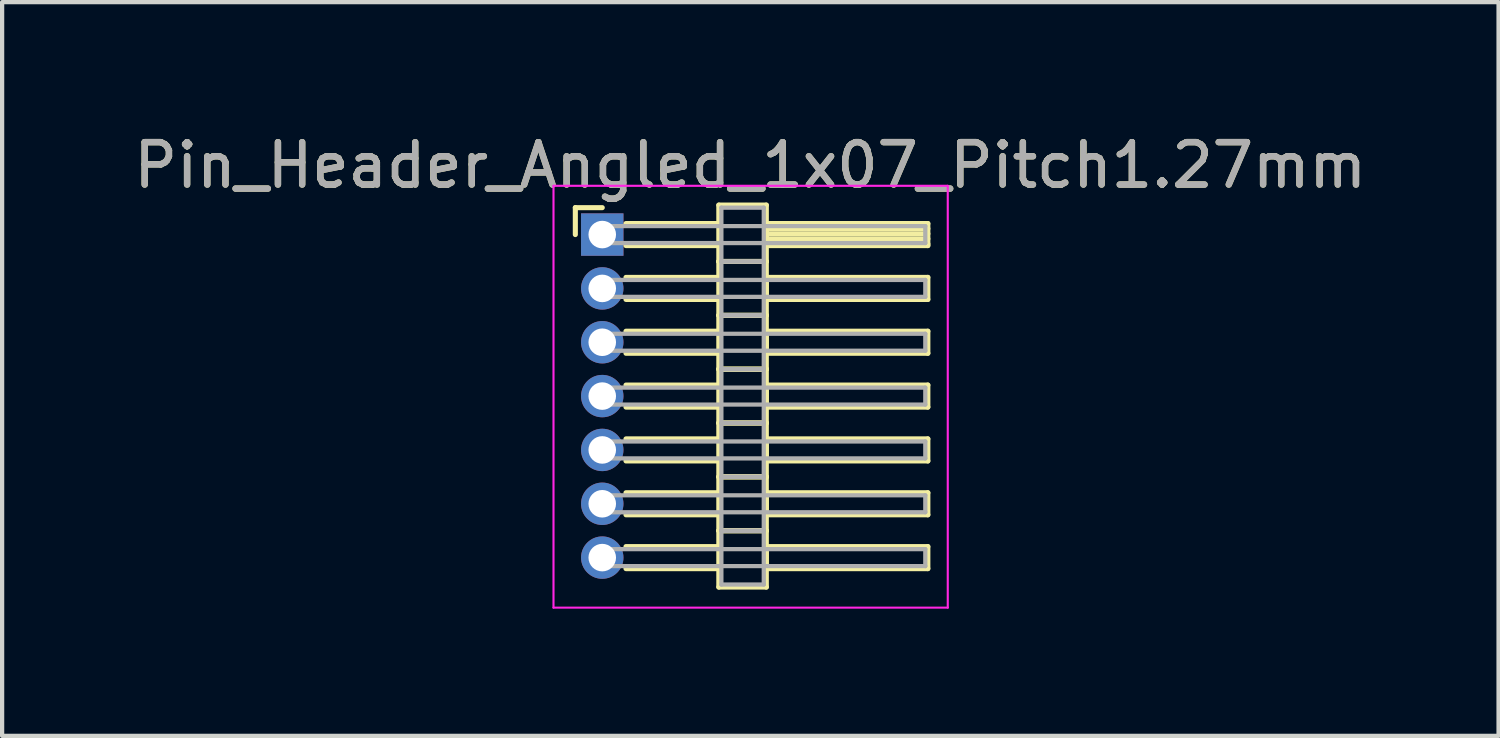
<source format=kicad_pcb>
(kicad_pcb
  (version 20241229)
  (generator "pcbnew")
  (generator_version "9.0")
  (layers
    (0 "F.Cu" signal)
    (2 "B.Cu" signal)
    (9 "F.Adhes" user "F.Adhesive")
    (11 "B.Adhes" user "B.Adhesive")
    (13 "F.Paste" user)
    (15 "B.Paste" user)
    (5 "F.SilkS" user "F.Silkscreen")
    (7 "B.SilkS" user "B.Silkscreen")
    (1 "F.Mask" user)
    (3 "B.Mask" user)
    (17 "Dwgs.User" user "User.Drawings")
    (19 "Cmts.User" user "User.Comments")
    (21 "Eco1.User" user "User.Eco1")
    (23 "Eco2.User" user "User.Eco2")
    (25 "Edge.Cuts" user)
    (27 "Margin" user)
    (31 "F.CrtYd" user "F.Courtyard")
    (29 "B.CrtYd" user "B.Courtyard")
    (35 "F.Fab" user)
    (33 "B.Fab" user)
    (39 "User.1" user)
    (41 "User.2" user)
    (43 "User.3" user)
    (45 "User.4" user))
  (footprint "Pin_Header_Angled_1x07_Pitch1.27mm"
    (layer "F.Cu")
    (at 11.156 2.483)
    (property "Reference" "Pin_Header_Angled_1x07_Pitch1.27mm" (at 3.493 -1.635 0) (layer "F.SilkS") (effects (font (size 1 1) (thickness 0.15))))
    (attr through_hole)
    (fp_line (start -0.635 -0.635) (end 0 -0.635) (stroke (width 0.12) (type solid)) (layer "F.SilkS"))
    (fp_line (start -0.635 0) (end -0.635 -0.635) (stroke (width 0.12) (type solid)) (layer "F.SilkS"))
    (fp_line (start 0.56 -0.26) (end 2.75 -0.26) (stroke (width 0.12) (type solid)) (layer "F.SilkS"))
    (fp_line (start 0.56 0.26) (end 2.75 0.26) (stroke (width 0.12) (type solid)) (layer "F.SilkS"))
    (fp_line (start 0.56 1.01) (end 2.75 1.01) (stroke (width 0.12) (type solid)) (layer "F.SilkS"))
    (fp_line (start 0.56 1.53) (end 2.75 1.53) (stroke (width 0.12) (type solid)) (layer "F.SilkS"))
    (fp_line (start 0.56 2.28) (end 2.75 2.28) (stroke (width 0.12) (type solid)) (layer "F.SilkS"))
    (fp_line (start 0.56 2.8) (end 2.75 2.8) (stroke (width 0.12) (type solid)) (layer "F.SilkS"))
    (fp_line (start 0.56 3.55) (end 2.75 3.55) (stroke (width 0.12) (type solid)) (layer "F.SilkS"))
    (fp_line (start 0.56 4.07) (end 2.75 4.07) (stroke (width 0.12) (type solid)) (layer "F.SilkS"))
    (fp_line (start 0.56 4.82) (end 2.75 4.82) (stroke (width 0.12) (type solid)) (layer "F.SilkS"))
    (fp_line (start 0.56 5.34) (end 2.75 5.34) (stroke (width 0.12) (type solid)) (layer "F.SilkS"))
    (fp_line (start 0.56 6.09) (end 2.75 6.09) (stroke (width 0.12) (type solid)) (layer "F.SilkS"))
    (fp_line (start 0.56 6.61) (end 2.75 6.61) (stroke (width 0.12) (type solid)) (layer "F.SilkS"))
    (fp_line (start 0.56 7.36) (end 2.75 7.36) (stroke (width 0.12) (type solid)) (layer "F.SilkS"))
    (fp_line (start 0.56 7.88) (end 2.75 7.88) (stroke (width 0.12) (type solid)) (layer "F.SilkS"))
    (fp_line (start 2.75 -0.695) (end 2.75 0.635) (stroke (width 0.12) (type solid)) (layer "F.SilkS"))
    (fp_line (start 2.75 0.635) (end 2.75 1.905) (stroke (width 0.12) (type solid)) (layer "F.SilkS"))
    (fp_line (start 2.75 0.635) (end 3.87 0.635) (stroke (width 0.12) (type solid)) (layer "F.SilkS"))
    (fp_line (start 2.75 1.905) (end 2.75 3.175) (stroke (width 0.12) (type solid)) (layer "F.SilkS"))
    (fp_line (start 2.75 1.905) (end 3.87 1.905) (stroke (width 0.12) (type solid)) (layer "F.SilkS"))
    (fp_line (start 2.75 3.175) (end 2.75 4.445) (stroke (width 0.12) (type solid)) (layer "F.SilkS"))
    (fp_line (start 2.75 3.175) (end 3.87 3.175) (stroke (width 0.12) (type solid)) (layer "F.SilkS"))
    (fp_line (start 2.75 4.445) (end 2.75 5.715) (stroke (width 0.12) (type solid)) (layer "F.SilkS"))
    (fp_line (start 2.75 4.445) (end 3.87 4.445) (stroke (width 0.12) (type solid)) (layer "F.SilkS"))
    (fp_line (start 2.75 5.715) (end 2.75 6.985) (stroke (width 0.12) (type solid)) (layer "F.SilkS"))
    (fp_line (start 2.75 5.715) (end 3.87 5.715) (stroke (width 0.12) (type solid)) (layer "F.SilkS"))
    (fp_line (start 2.75 6.985) (end 2.75 8.315) (stroke (width 0.12) (type solid)) (layer "F.SilkS"))
    (fp_line (start 2.75 6.985) (end 3.87 6.985) (stroke (width 0.12) (type solid)) (layer "F.SilkS"))
    (fp_line (start 2.75 8.315) (end 3.87 8.315) (stroke (width 0.12) (type solid)) (layer "F.SilkS"))
    (fp_line (start 3.87 -0.695) (end 2.75 -0.695) (stroke (width 0.12) (type solid)) (layer "F.SilkS"))
    (fp_line (start 3.87 -0.26) (end 3.87 0.26) (stroke (width 0.12) (type solid)) (layer "F.SilkS"))
    (fp_line (start 3.87 -0.14) (end 7.68 -0.14) (stroke (width 0.12) (type solid)) (layer "F.SilkS"))
    (fp_line (start 3.87 -0.02) (end 7.68 -0.02) (stroke (width 0.12) (type solid)) (layer "F.SilkS"))
    (fp_line (start 3.87 0.1) (end 7.68 0.1) (stroke (width 0.12) (type solid)) (layer "F.SilkS"))
    (fp_line (start 3.87 0.22) (end 7.68 0.22) (stroke (width 0.12) (type solid)) (layer "F.SilkS"))
    (fp_line (start 3.87 0.26) (end 7.68 0.26) (stroke (width 0.12) (type solid)) (layer "F.SilkS"))
    (fp_line (start 3.87 0.635) (end 2.75 0.635) (stroke (width 0.12) (type solid)) (layer "F.SilkS"))
    (fp_line (start 3.87 0.635) (end 3.87 -0.695) (stroke (width 0.12) (type solid)) (layer "F.SilkS"))
    (fp_line (start 3.87 1.01) (end 3.87 1.53) (stroke (width 0.12) (type solid)) (layer "F.SilkS"))
    (fp_line (start 3.87 1.53) (end 7.68 1.53) (stroke (width 0.12) (type solid)) (layer "F.SilkS"))
    (fp_line (start 3.87 1.905) (end 2.75 1.905) (stroke (width 0.12) (type solid)) (layer "F.SilkS"))
    (fp_line (start 3.87 1.905) (end 3.87 0.635) (stroke (width 0.12) (type solid)) (layer "F.SilkS"))
    (fp_line (start 3.87 2.28) (end 3.87 2.8) (stroke (width 0.12) (type solid)) (layer "F.SilkS"))
    (fp_line (start 3.87 2.8) (end 7.68 2.8) (stroke (width 0.12) (type solid)) (layer "F.SilkS"))
    (fp_line (start 3.87 3.175) (end 2.75 3.175) (stroke (width 0.12) (type solid)) (layer "F.SilkS"))
    (fp_line (start 3.87 3.175) (end 3.87 1.905) (stroke (width 0.12) (type solid)) (layer "F.SilkS"))
    (fp_line (start 3.87 3.55) (end 3.87 4.07) (stroke (width 0.12) (type solid)) (layer "F.SilkS"))
    (fp_line (start 3.87 4.07) (end 7.68 4.07) (stroke (width 0.12) (type solid)) (layer "F.SilkS"))
    (fp_line (start 3.87 4.445) (end 2.75 4.445) (stroke (width 0.12) (type solid)) (layer "F.SilkS"))
    (fp_line (start 3.87 4.445) (end 3.87 3.175) (stroke (width 0.12) (type solid)) (layer "F.SilkS"))
    (fp_line (start 3.87 4.82) (end 3.87 5.34) (stroke (width 0.12) (type solid)) (layer "F.SilkS"))
    (fp_line (start 3.87 5.34) (end 7.68 5.34) (stroke (width 0.12) (type solid)) (layer "F.SilkS"))
    (fp_line (start 3.87 5.715) (end 2.75 5.715) (stroke (width 0.12) (type solid)) (layer "F.SilkS"))
    (fp_line (start 3.87 5.715) (end 3.87 4.445) (stroke (width 0.12) (type solid)) (layer "F.SilkS"))
    (fp_line (start 3.87 6.09) (end 3.87 6.61) (stroke (width 0.12) (type solid)) (layer "F.SilkS"))
    (fp_line (start 3.87 6.61) (end 7.68 6.61) (stroke (width 0.12) (type solid)) (layer "F.SilkS"))
    (fp_line (start 3.87 6.985) (end 2.75 6.985) (stroke (width 0.12) (type solid)) (layer "F.SilkS"))
    (fp_line (start 3.87 6.985) (end 3.87 5.715) (stroke (width 0.12) (type solid)) (layer "F.SilkS"))
    (fp_line (start 3.87 7.36) (end 3.87 7.88) (stroke (width 0.12) (type solid)) (layer "F.SilkS"))
    (fp_line (start 3.87 7.88) (end 7.68 7.88) (stroke (width 0.12) (type solid)) (layer "F.SilkS"))
    (fp_line (start 3.87 8.315) (end 3.87 6.985) (stroke (width 0.12) (type solid)) (layer "F.SilkS"))
    (fp_line (start 7.68 -0.26) (end 3.87 -0.26) (stroke (width 0.12) (type solid)) (layer "F.SilkS"))
    (fp_line (start 7.68 0.26) (end 7.68 -0.26) (stroke (width 0.12) (type solid)) (layer "F.SilkS"))
    (fp_line (start 7.68 1.01) (end 3.87 1.01) (stroke (width 0.12) (type solid)) (layer "F.SilkS"))
    (fp_line (start 7.68 1.53) (end 7.68 1.01) (stroke (width 0.12) (type solid)) (layer "F.SilkS"))
    (fp_line (start 7.68 2.28) (end 3.87 2.28) (stroke (width 0.12) (type solid)) (layer "F.SilkS"))
    (fp_line (start 7.68 2.8) (end 7.68 2.28) (stroke (width 0.12) (type solid)) (layer "F.SilkS"))
    (fp_line (start 7.68 3.55) (end 3.87 3.55) (stroke (width 0.12) (type solid)) (layer "F.SilkS"))
    (fp_line (start 7.68 4.07) (end 7.68 3.55) (stroke (width 0.12) (type solid)) (layer "F.SilkS"))
    (fp_line (start 7.68 4.82) (end 3.87 4.82) (stroke (width 0.12) (type solid)) (layer "F.SilkS"))
    (fp_line (start 7.68 5.34) (end 7.68 4.82) (stroke (width 0.12) (type solid)) (layer "F.SilkS"))
    (fp_line (start 7.68 6.09) (end 3.87 6.09) (stroke (width 0.12) (type solid)) (layer "F.SilkS"))
    (fp_line (start 7.68 6.61) (end 7.68 6.09) (stroke (width 0.12) (type solid)) (layer "F.SilkS"))
    (fp_line (start 7.68 7.36) (end 3.87 7.36) (stroke (width 0.12) (type solid)) (layer "F.SilkS"))
    (fp_line (start 7.68 7.88) (end 7.68 7.36) (stroke (width 0.12) (type solid)) (layer "F.SilkS"))
    (fp_line (start -1.15 -1.15) (end -1.15 8.8) (stroke (width 0.05) (type solid)) (layer "F.CrtYd"))
    (fp_line (start -1.15 8.8) (end 8.15 8.8) (stroke (width 0.05) (type solid)) (layer "F.CrtYd"))
    (fp_line (start 8.15 -1.15) (end -1.15 -1.15) (stroke (width 0.05) (type solid)) (layer "F.CrtYd"))
    (fp_line (start 8.15 8.8) (end 8.15 -1.15) (stroke (width 0.05) (type solid)) (layer "F.CrtYd"))
    (fp_line (start 0 -0.2) (end 0 0.2) (stroke (width 0.1) (type solid)) (layer "F.Fab"))
    (fp_line (start 0 0.2) (end 7.62 0.2) (stroke (width 0.1) (type solid)) (layer "F.Fab"))
    (fp_line (start 0 1.07) (end 0 1.47) (stroke (width 0.1) (type solid)) (layer "F.Fab"))
    (fp_line (start 0 1.47) (end 7.62 1.47) (stroke (width 0.1) (type solid)) (layer "F.Fab"))
    (fp_line (start 0 2.34) (end 0 2.74) (stroke (width 0.1) (type solid)) (layer "F.Fab"))
    (fp_line (start 0 2.74) (end 7.62 2.74) (stroke (width 0.1) (type solid)) (layer "F.Fab"))
    (fp_line (start 0 3.61) (end 0 4.01) (stroke (width 0.1) (type solid)) (layer "F.Fab"))
    (fp_line (start 0 4.01) (end 7.62 4.01) (stroke (width 0.1) (type solid)) (layer "F.Fab"))
    (fp_line (start 0 4.88) (end 0 5.28) (stroke (width 0.1) (type solid)) (layer "F.Fab"))
    (fp_line (start 0 5.28) (end 7.62 5.28) (stroke (width 0.1) (type solid)) (layer "F.Fab"))
    (fp_line (start 0 6.15) (end 0 6.55) (stroke (width 0.1) (type solid)) (layer "F.Fab"))
    (fp_line (start 0 6.55) (end 7.62 6.55) (stroke (width 0.1) (type solid)) (layer "F.Fab"))
    (fp_line (start 0 7.42) (end 0 7.82) (stroke (width 0.1) (type solid)) (layer "F.Fab"))
    (fp_line (start 0 7.82) (end 7.62 7.82) (stroke (width 0.1) (type solid)) (layer "F.Fab"))
    (fp_line (start 2.81 -0.635) (end 2.81 0.635) (stroke (width 0.1) (type solid)) (layer "F.Fab"))
    (fp_line (start 2.81 0.635) (end 2.81 1.905) (stroke (width 0.1) (type solid)) (layer "F.Fab"))
    (fp_line (start 2.81 0.635) (end 3.81 0.635) (stroke (width 0.1) (type solid)) (layer "F.Fab"))
    (fp_line (start 2.81 1.905) (end 2.81 3.175) (stroke (width 0.1) (type solid)) (layer "F.Fab"))
    (fp_line (start 2.81 1.905) (end 3.81 1.905) (stroke (width 0.1) (type solid)) (layer "F.Fab"))
    (fp_line (start 2.81 3.175) (end 2.81 4.445) (stroke (width 0.1) (type solid)) (layer "F.Fab"))
    (fp_line (start 2.81 3.175) (end 3.81 3.175) (stroke (width 0.1) (type solid)) (layer "F.Fab"))
    (fp_line (start 2.81 4.445) (end 2.81 5.715) (stroke (width 0.1) (type solid)) (layer "F.Fab"))
    (fp_line (start 2.81 4.445) (end 3.81 4.445) (stroke (width 0.1) (type solid)) (layer "F.Fab"))
    (fp_line (start 2.81 5.715) (end 2.81 6.985) (stroke (width 0.1) (type solid)) (layer "F.Fab"))
    (fp_line (start 2.81 5.715) (end 3.81 5.715) (stroke (width 0.1) (type solid)) (layer "F.Fab"))
    (fp_line (start 2.81 6.985) (end 2.81 8.255) (stroke (width 0.1) (type solid)) (layer "F.Fab"))
    (fp_line (start 2.81 6.985) (end 3.81 6.985) (stroke (width 0.1) (type solid)) (layer "F.Fab"))
    (fp_line (start 2.81 8.255) (end 3.81 8.255) (stroke (width 0.1) (type solid)) (layer "F.Fab"))
    (fp_line (start 3.81 -0.635) (end 2.81 -0.635) (stroke (width 0.1) (type solid)) (layer "F.Fab"))
    (fp_line (start 3.81 0.635) (end 2.81 0.635) (stroke (width 0.1) (type solid)) (layer "F.Fab"))
    (fp_line (start 3.81 0.635) (end 3.81 -0.635) (stroke (width 0.1) (type solid)) (layer "F.Fab"))
    (fp_line (start 3.81 1.905) (end 2.81 1.905) (stroke (width 0.1) (type solid)) (layer "F.Fab"))
    (fp_line (start 3.81 1.905) (end 3.81 0.635) (stroke (width 0.1) (type solid)) (layer "F.Fab"))
    (fp_line (start 3.81 3.175) (end 2.81 3.175) (stroke (width 0.1) (type solid)) (layer "F.Fab"))
    (fp_line (start 3.81 3.175) (end 3.81 1.905) (stroke (width 0.1) (type solid)) (layer "F.Fab"))
    (fp_line (start 3.81 4.445) (end 2.81 4.445) (stroke (width 0.1) (type solid)) (layer "F.Fab"))
    (fp_line (start 3.81 4.445) (end 3.81 3.175) (stroke (width 0.1) (type solid)) (layer "F.Fab"))
    (fp_line (start 3.81 5.715) (end 2.81 5.715) (stroke (width 0.1) (type solid)) (layer "F.Fab"))
    (fp_line (start 3.81 5.715) (end 3.81 4.445) (stroke (width 0.1) (type solid)) (layer "F.Fab"))
    (fp_line (start 3.81 6.985) (end 2.81 6.985) (stroke (width 0.1) (type solid)) (layer "F.Fab"))
    (fp_line (start 3.81 6.985) (end 3.81 5.715) (stroke (width 0.1) (type solid)) (layer "F.Fab"))
    (fp_line (start 3.81 8.255) (end 3.81 6.985) (stroke (width 0.1) (type solid)) (layer "F.Fab"))
    (fp_line (start 7.62 -0.2) (end 0 -0.2) (stroke (width 0.1) (type solid)) (layer "F.Fab"))
    (fp_line (start 7.62 0.2) (end 7.62 -0.2) (stroke (width 0.1) (type solid)) (layer "F.Fab"))
    (fp_line (start 7.62 1.07) (end 0 1.07) (stroke (width 0.1) (type solid)) (layer "F.Fab"))
    (fp_line (start 7.62 1.47) (end 7.62 1.07) (stroke (width 0.1) (type solid)) (layer "F.Fab"))
    (fp_line (start 7.62 2.34) (end 0 2.34) (stroke (width 0.1) (type solid)) (layer "F.Fab"))
    (fp_line (start 7.62 2.74) (end 7.62 2.34) (stroke (width 0.1) (type solid)) (layer "F.Fab"))
    (fp_line (start 7.62 3.61) (end 0 3.61) (stroke (width 0.1) (type solid)) (layer "F.Fab"))
    (fp_line (start 7.62 4.01) (end 7.62 3.61) (stroke (width 0.1) (type solid)) (layer "F.Fab"))
    (fp_line (start 7.62 4.88) (end 0 4.88) (stroke (width 0.1) (type solid)) (layer "F.Fab"))
    (fp_line (start 7.62 5.28) (end 7.62 4.88) (stroke (width 0.1) (type solid)) (layer "F.Fab"))
    (fp_line (start 7.62 6.15) (end 0 6.15) (stroke (width 0.1) (type solid)) (layer "F.Fab"))
    (fp_line (start 7.62 6.55) (end 7.62 6.15) (stroke (width 0.1) (type solid)) (layer "F.Fab"))
    (fp_line (start 7.62 7.42) (end 0 7.42) (stroke (width 0.1) (type solid)) (layer "F.Fab"))
    (fp_line (start 7.62 7.82) (end 7.62 7.42) (stroke (width 0.1) (type solid)) (layer "F.Fab"))
    (fp_text user "${REFERENCE}" (at 3.493 -1.635 0) (layer "F.Fab") (effects (font (size 1 1) (thickness 0.15))))
    (pad "1" thru_hole rect (at 0 0) (size 1 1) (drill 0.65) (layers "*.Cu" "*.Mask"))
    (pad "2" thru_hole oval (at 0 1.27) (size 1 1) (drill 0.65) (layers "*.Cu" "*.Mask"))
    (pad "3" thru_hole oval (at 0 2.54) (size 1 1) (drill 0.65) (layers "*.Cu" "*.Mask"))
    (pad "4" thru_hole oval (at 0 3.81) (size 1 1) (drill 0.65) (layers "*.Cu" "*.Mask"))
    (pad "5" thru_hole oval (at 0 5.08) (size 1 1) (drill 0.65) (layers "*.Cu" "*.Mask"))
    (pad "6" thru_hole oval (at 0 6.35) (size 1 1) (drill 0.65) (layers "*.Cu" "*.Mask"))
    (pad "7" thru_hole oval (at 0 7.62) (size 1 1) (drill 0.65) (layers "*.Cu" "*.Mask")))
  (gr_rect
    (start -3 -3)
    (end 32.298 14.308)
    (stroke (width 0.1) (type default))
    (fill no)
    (layer "Edge.Cuts")))
</source>
